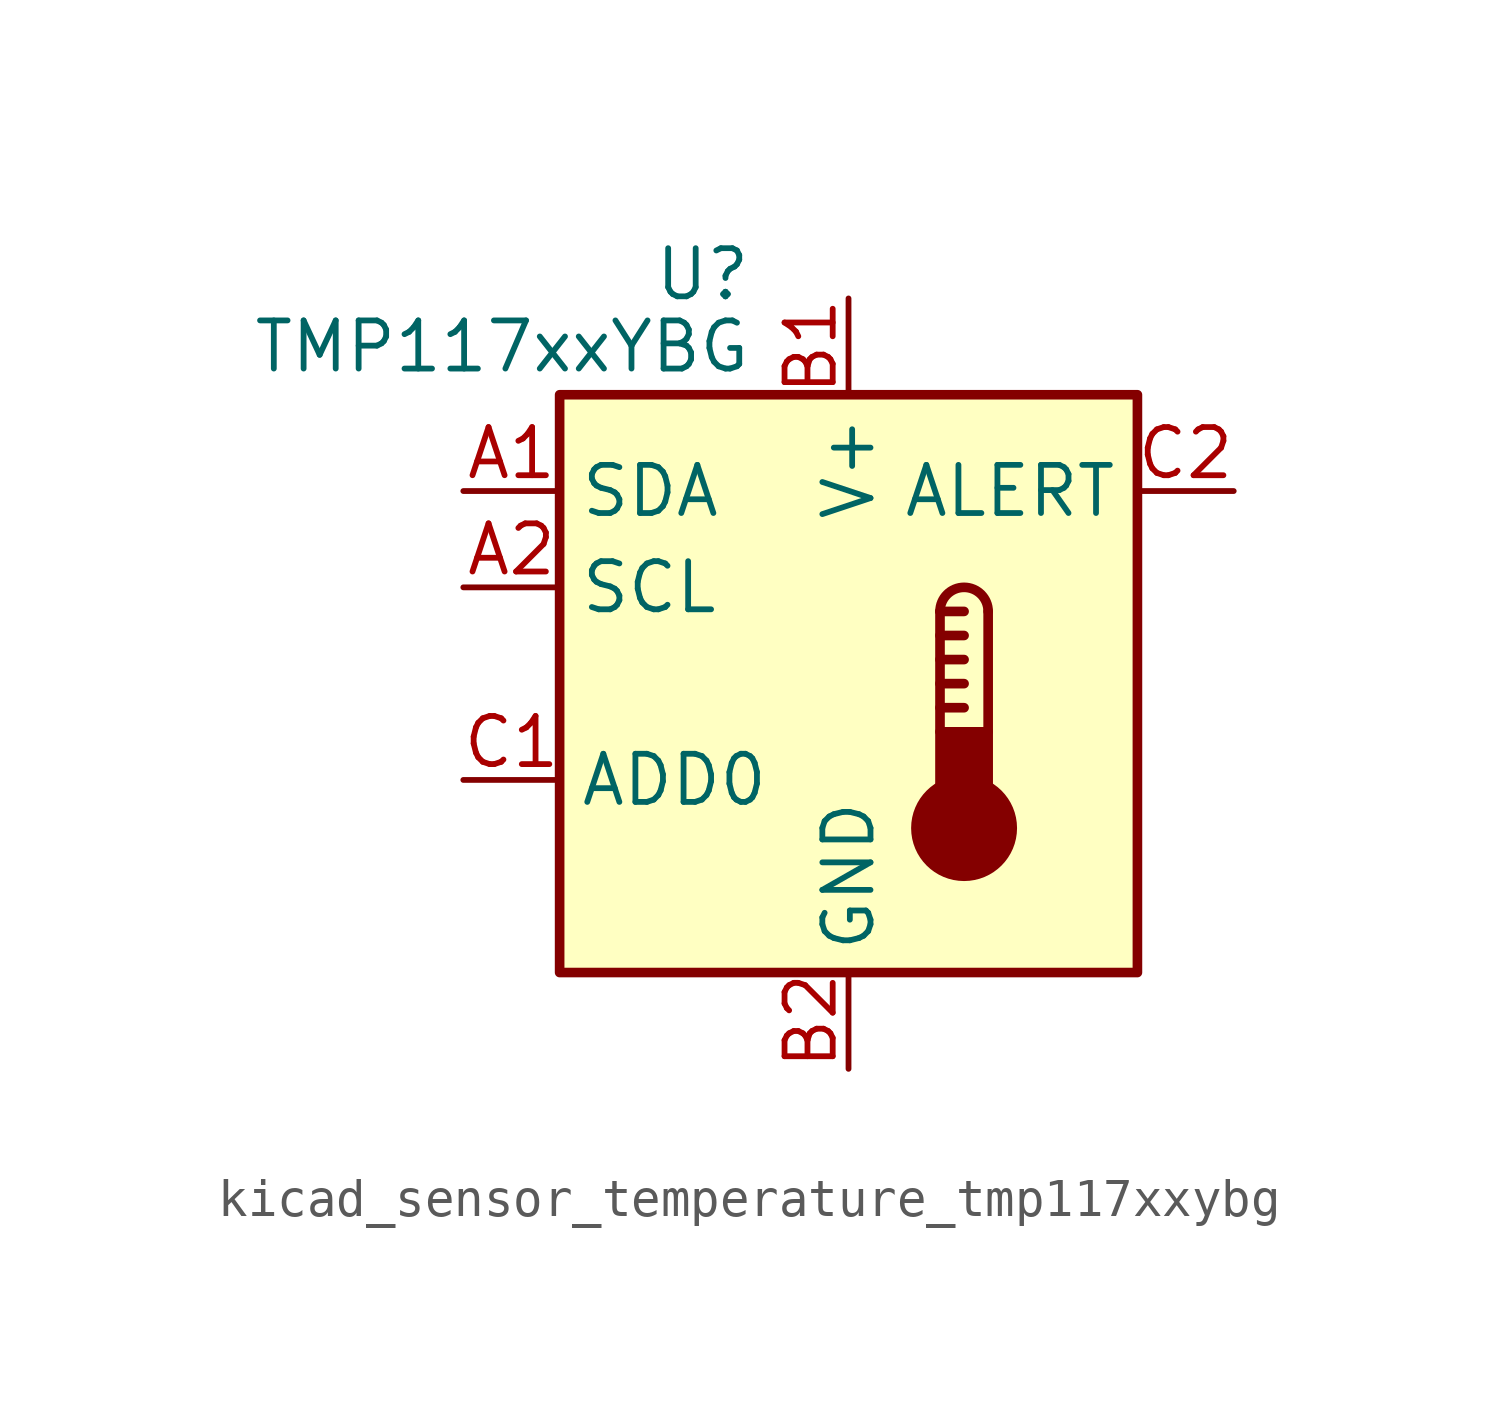
<source format=kicad_sym>
(kicad_symbol_lib
  (version 20220914)
  (generator kicad_symbol_editor)
  (symbol "kicad_sensor_temperature_tmp117xxybg"
    (property "Reference" "U"
      (at -2.54 10.795 0)
      (effects (font (size 1.27 1.27)) (justify right)))
    (property "Value" "TMP117xxYBG"
      (at -2.54 8.89 0)
      (effects (font (size 1.27 1.27)) (justify right)))
    (symbol "kicad_sensor_temperature_tmp117xxybg_0_1"
      (rectangle (start -7.62 7.62) (end 7.62 -7.62) (stroke (width 0.254) (type default)) (fill (type background))))
    (symbol "kicad_sensor_temperature_tmp117xxybg_1_1"
      (polyline (pts (xy 2.413 -0.635) (xy 3.048 -0.635)) (stroke (width 0.254) (type default)) (fill (type none)))
      (polyline (pts (xy 2.413 0) (xy 3.048 0)) (stroke (width 0.254) (type default)) (fill (type none)))
      (polyline (pts (xy 2.413 0.635) (xy 3.048 0.635)) (stroke (width 0.254) (type default)) (fill (type none)))
      (polyline (pts (xy 2.413 1.27) (xy 3.048 1.27)) (stroke (width 0.254) (type default)) (fill (type none)))
      (polyline (pts (xy 2.413 1.905) (xy 2.413 -1.27)) (stroke (width 0.254) (type default)) (fill (type none)))
      (polyline (pts (xy 2.413 1.905) (xy 3.048 1.905)) (stroke (width 0.254) (type default)) (fill (type none)))
      (polyline (pts (xy 3.683 1.905) (xy 3.683 -1.27)) (stroke (width 0.254) (type default)) (fill (type none)))
      (circle (center 3.048 -3.81) (radius 1.27) (stroke (width 0.254) (type default)) (fill (type outline)))
      (rectangle (start 3.683 -3.175) (end 2.413 -1.27) (stroke (width 0.254) (type default)) (fill (type outline)))
      (arc (start 3.683 1.905) (mid 3.048 2.5373) (end 2.413 1.905) (stroke (width 0.254) (type default)) (fill (type none)))
      (pin bidirectional line (at -10.16 5.08 0) (length 2.54) (name "SDA" (effects (font (size 1.27 1.27)))) (number "A1" (effects (font (size 1.27 1.27)))))
      (pin input line (at -10.16 2.54 0) (length 2.54) (name "SCL" (effects (font (size 1.27 1.27)))) (number "A2" (effects (font (size 1.27 1.27)))))
      (pin power_in line (at 0 10.16 270) (length 2.54) (name "V+" (effects (font (size 1.27 1.27)))) (number "B1" (effects (font (size 1.27 1.27)))))
      (pin power_in line (at 0 -10.16 90) (length 2.54) (name "GND" (effects (font (size 1.27 1.27)))) (number "B2" (effects (font (size 1.27 1.27)))))
      (pin input line (at -10.16 -2.54 0) (length 2.54) (name "ADD0" (effects (font (size 1.27 1.27)))) (number "C1" (effects (font (size 1.27 1.27)))))
      (pin open_collector line (at 10.16 5.08 180) (length 2.54) (name "ALERT" (effects (font (size 1.27 1.27)))) (number "C2" (effects (font (size 1.27 1.27))))))))
</source>
